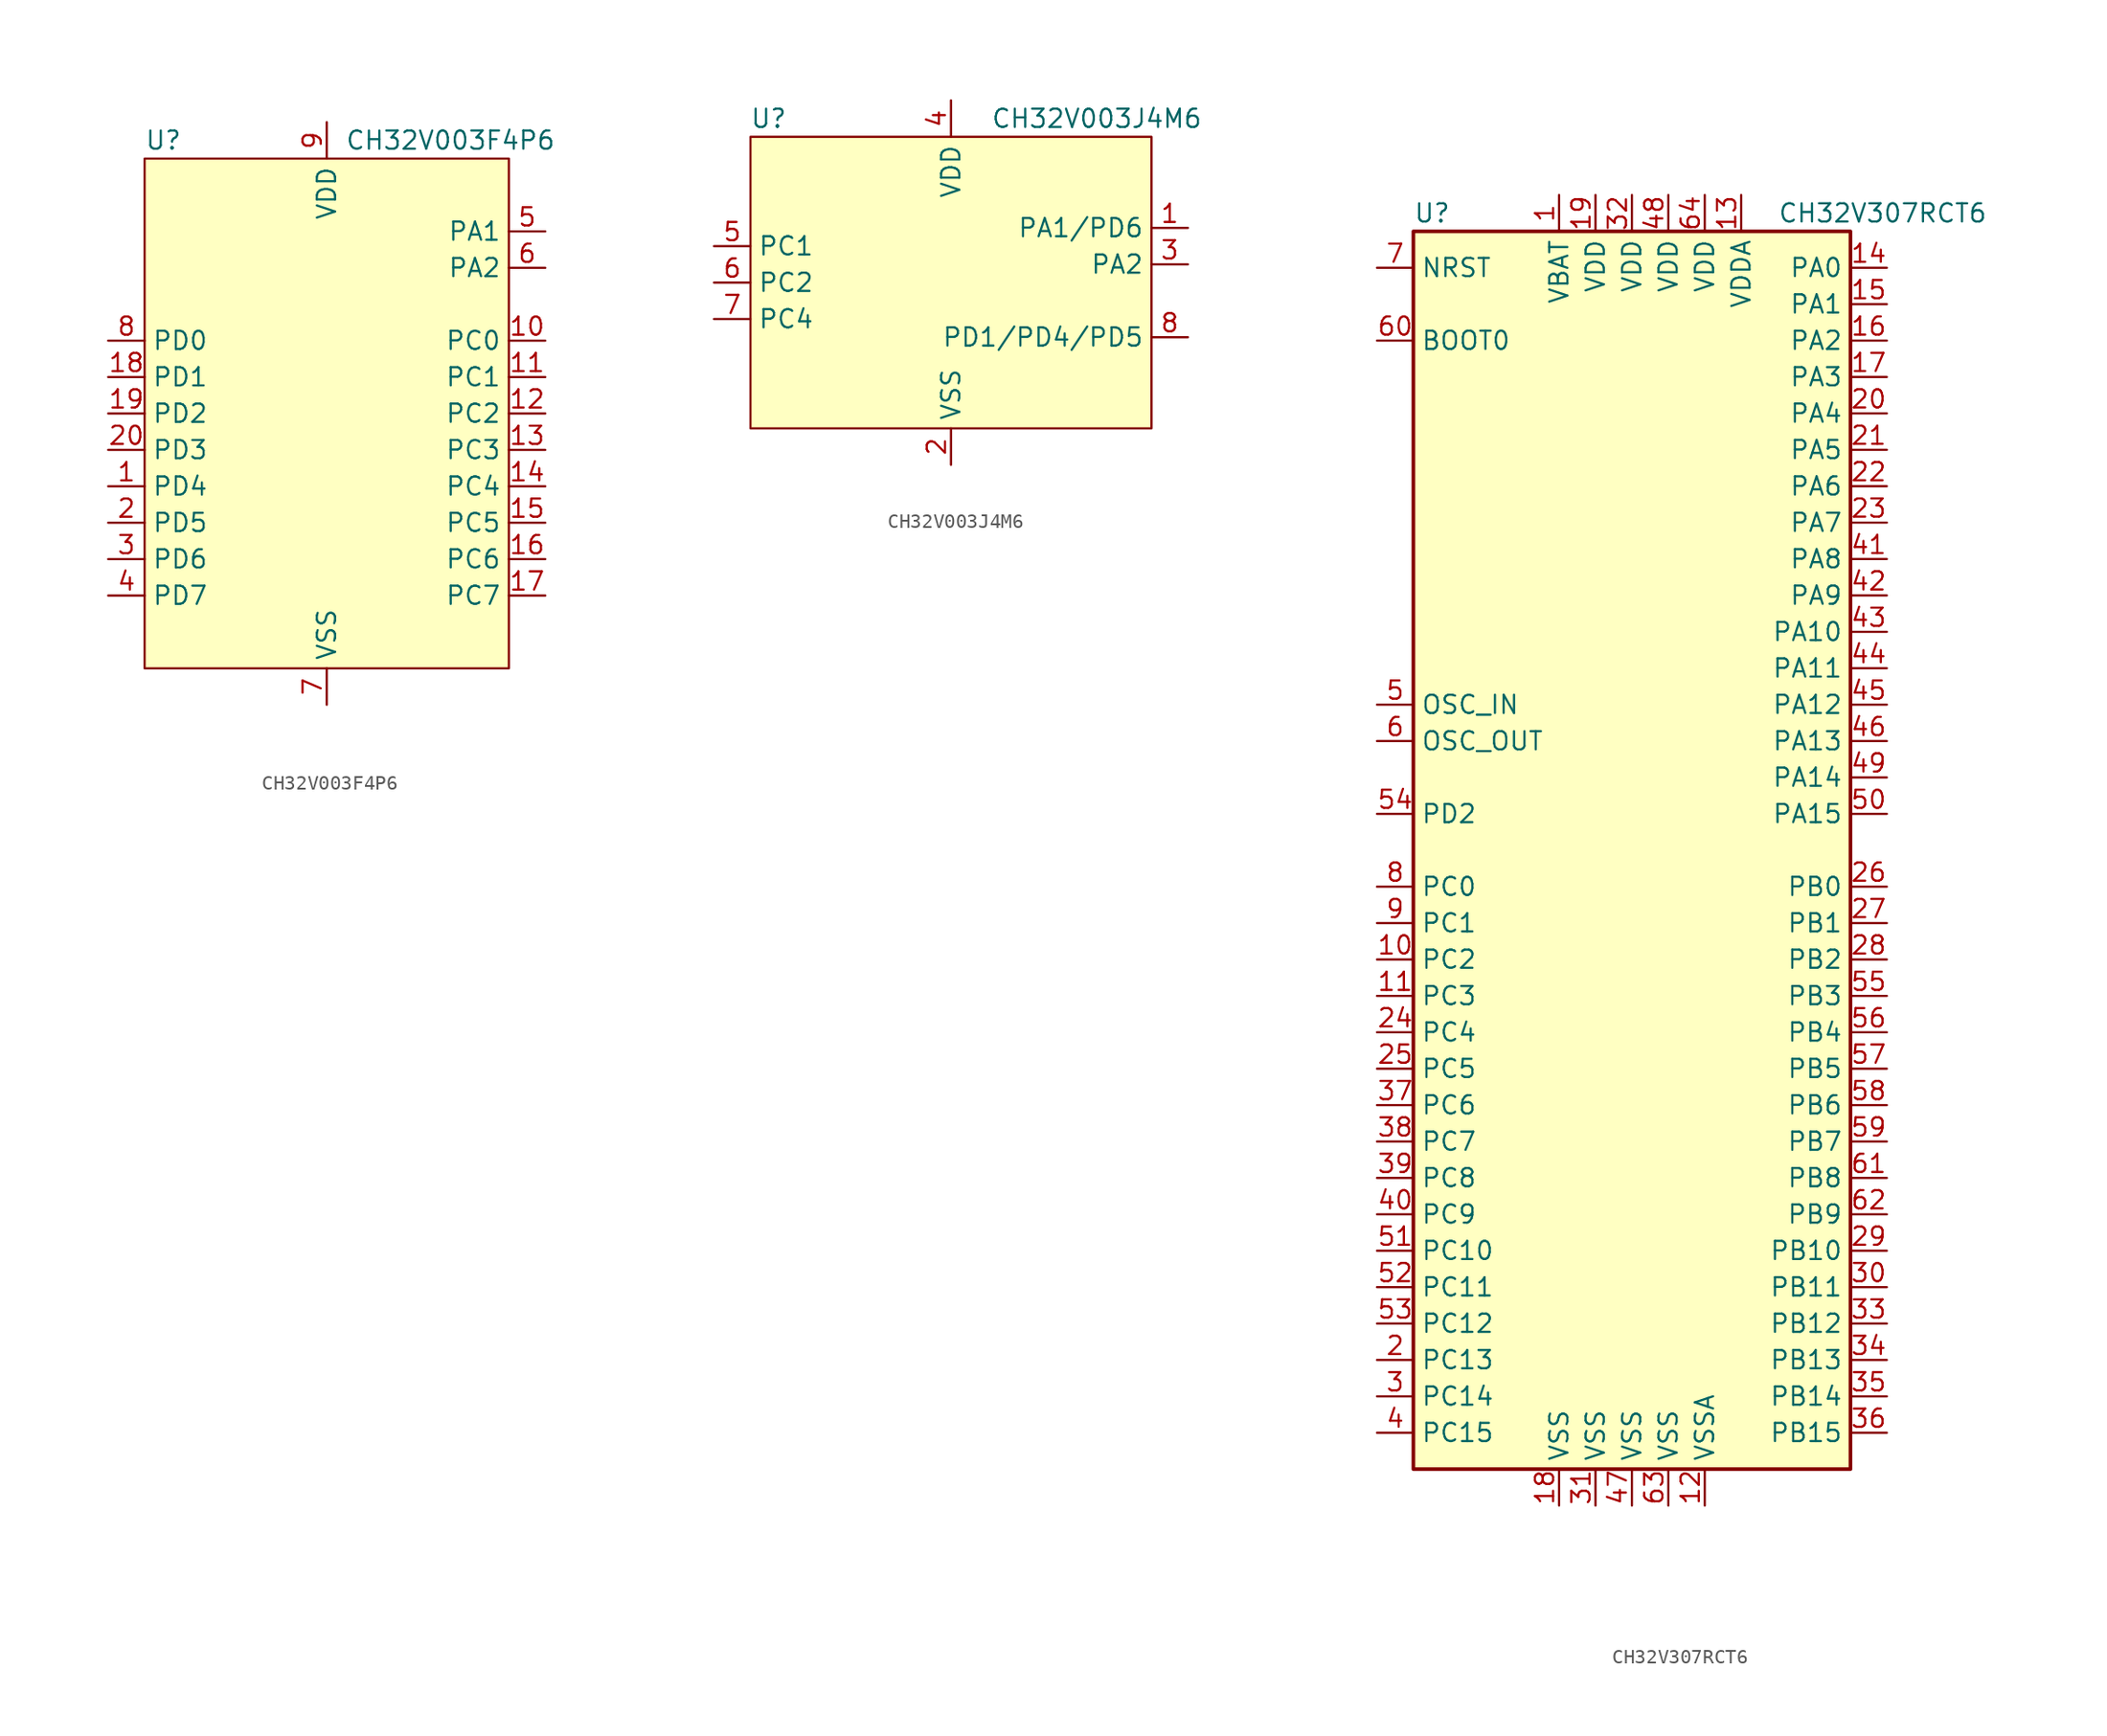
<source format=kicad_sym>
(kicad_symbol_lib
  (version 20241209)
  (generator "kicad_symbol_editor")
  (generator_version "9.0")
  (symbol "CH32V003F4P6"
    (property "Reference" "U"
      (at -12.7 19.05 0)
      (effects (font (size 1.27 1.27)) (justify left)))
    (property "Value" "CH32V003F4P6"
      (at 1.27 19.05 0)
      (effects (font (size 1.27 1.27)) (justify left)))
    (symbol "CH32V003F4P6_0_1"
      (rectangle (start -12.7 17.78) (end 12.7 -17.78) (stroke (width 0.152) (type default)) (fill (type background))))
    (symbol "CH32V003F4P6_1_0"
      (pin bidirectional line (at -15.24 2.54 0) (length 2.54) (name "PD1" (effects (font (size 1.27 1.27)))) (number "18" (effects (font (size 1.27 1.27)))))
      (pin bidirectional line (at -15.24 0 0) (length 2.54) (name "PD2" (effects (font (size 1.27 1.27)))) (number "19" (effects (font (size 1.27 1.27)))))
      (pin bidirectional line (at -15.24 -2.54 0) (length 2.54) (name "PD3" (effects (font (size 1.27 1.27)))) (number "20" (effects (font (size 1.27 1.27)))))
      (pin bidirectional line (at 15.24 -10.16 180) (length 2.54) (name "PC6" (effects (font (size 1.27 1.27)))) (number "16" (effects (font (size 1.27 1.27)))))
      (pin bidirectional line (at 15.24 -12.7 180) (length 2.54) (name "PC7" (effects (font (size 1.27 1.27)))) (number "17" (effects (font (size 1.27 1.27))))))
    (symbol "CH32V003F4P6_1_1"
      (pin bidirectional line (at -15.24 5.08 0) (length 2.54) (name "PD0" (effects (font (size 1.27 1.27)))) (number "8" (effects (font (size 1.27 1.27)))) (alternate "AIN6" input line) (alternate "MISO" input line) (alternate "RXD1" input line) (alternate "VBUS" input line))
      (pin bidirectional line (at -15.24 -5.08 0) (length 2.54) (name "PD4" (effects (font (size 1.27 1.27)))) (number "1" (effects (font (size 1.27 1.27)))) (alternate "AIN6" input line) (alternate "MISO" input line) (alternate "RXD1" input line) (alternate "VBUS" input line))
      (pin bidirectional line (at -15.24 -7.62 0) (length 2.54) (name "PD5" (effects (font (size 1.27 1.27)))) (number "2" (effects (font (size 1.27 1.27)))) (alternate "AIN6" input line) (alternate "MISO" input line) (alternate "RXD1" input line) (alternate "VBUS" input line))
      (pin bidirectional line (at -15.24 -10.16 0) (length 2.54) (name "PD6" (effects (font (size 1.27 1.27)))) (number "3" (effects (font (size 1.27 1.27)))) (alternate "AIN6" input line) (alternate "MISO" input line) (alternate "RXD1" input line) (alternate "VBUS" input line))
      (pin bidirectional line (at -15.24 -12.7 0) (length 2.54) (name "PD7" (effects (font (size 1.27 1.27)))) (number "4" (effects (font (size 1.27 1.27)))) (alternate "AIN6" input line) (alternate "MISO" input line) (alternate "RXD1" input line) (alternate "VBUS" input line))
      (pin power_in line (at 0 20.32 270) (length 2.54) (name "VDD" (effects (font (size 1.27 1.27)))) (number "9" (effects (font (size 1.27 1.27)))) (alternate "AIN6" input line) (alternate "MISO" input line) (alternate "RXD1" input line) (alternate "VBUS" input line))
      (pin power_in line (at 0 -20.32 90) (length 2.54) (name "VSS" (effects (font (size 1.27 1.27)))) (number "7" (effects (font (size 1.27 1.27)))) (alternate "AIN6" input line) (alternate "MISO" input line) (alternate "RXD1" input line) (alternate "VBUS" input line))
      (pin bidirectional line (at 15.24 12.7 180) (length 2.54) (name "PA1" (effects (font (size 1.27 1.27)))) (number "5" (effects (font (size 1.27 1.27)))) (alternate "AIN6" input line) (alternate "MISO" input line) (alternate "RXD1" input line) (alternate "VBUS" input line))
      (pin bidirectional line (at 15.24 10.16 180) (length 2.54) (name "PA2" (effects (font (size 1.27 1.27)))) (number "6" (effects (font (size 1.27 1.27)))) (alternate "AIN6" input line) (alternate "MISO" input line) (alternate "RXD1" input line) (alternate "VBUS" input line))
      (pin bidirectional line (at 15.24 5.08 180) (length 2.54) (name "PC0" (effects (font (size 1.27 1.27)))) (number "10" (effects (font (size 1.27 1.27)))) (alternate "AIN6" input line) (alternate "MISO" input line) (alternate "RXD1" input line) (alternate "VBUS" input line))
      (pin bidirectional line (at 15.24 2.54 180) (length 2.54) (name "PC1" (effects (font (size 1.27 1.27)))) (number "11" (effects (font (size 1.27 1.27)))) (alternate "AIN6" input line) (alternate "MISO" input line) (alternate "RXD1" input line) (alternate "VBUS" input line))
      (pin bidirectional line (at 15.24 0 180) (length 2.54) (name "PC2" (effects (font (size 1.27 1.27)))) (number "12" (effects (font (size 1.27 1.27)))) (alternate "AIN6" input line) (alternate "MISO" input line) (alternate "RXD1" input line) (alternate "VBUS" input line))
      (pin bidirectional line (at 15.24 -2.54 180) (length 2.54) (name "PC3" (effects (font (size 1.27 1.27)))) (number "13" (effects (font (size 1.27 1.27)))) (alternate "AIN6" input line) (alternate "MISO" input line) (alternate "RXD1" input line) (alternate "VBUS" input line))
      (pin bidirectional line (at 15.24 -5.08 180) (length 2.54) (name "PC4" (effects (font (size 1.27 1.27)))) (number "14" (effects (font (size 1.27 1.27)))))
      (pin bidirectional line (at 15.24 -7.62 180) (length 2.54) (name "PC5" (effects (font (size 1.27 1.27)))) (number "15" (effects (font (size 1.27 1.27)))))))
  (symbol "CH32V003J4M6"
    (property "Reference" "U"
      (at -12.7 11.43 0)
      (effects (font (size 1.27 1.27))))
    (property "Value" "CH32V003J4M6"
      (at 10.16 11.43 0)
      (effects (font (size 1.27 1.27))))
    (symbol "CH32V003J4M6_1_1"
      (rectangle (start -13.97 10.16) (end 13.97 -10.16) (stroke (width 0) (type default)) (fill (type background)))
      (pin bidirectional line (at -16.51 2.54 0) (length 2.54) (name "PC1" (effects (font (size 1.27 1.27)))) (number "5" (effects (font (size 1.27 1.27)))))
      (pin bidirectional line (at -16.51 0 0) (length 2.54) (name "PC2" (effects (font (size 1.27 1.27)))) (number "6" (effects (font (size 1.27 1.27)))))
      (pin bidirectional line (at -16.51 -2.54 0) (length 2.54) (name "PC4" (effects (font (size 1.27 1.27)))) (number "7" (effects (font (size 1.27 1.27)))))
      (pin power_in line (at 0 12.7 270) (length 2.54) (name "VDD" (effects (font (size 1.27 1.27)))) (number "4" (effects (font (size 1.27 1.27)))))
      (pin power_in line (at 0 -12.7 90) (length 2.54) (name "VSS" (effects (font (size 1.27 1.27)))) (number "2" (effects (font (size 1.27 1.27)))))
      (pin bidirectional line (at 16.51 3.81 180) (length 2.54) (name "PA1/PD6" (effects (font (size 1.27 1.27)))) (number "1" (effects (font (size 1.27 1.27)))))
      (pin bidirectional line (at 16.51 1.27 180) (length 2.54) (name "PA2" (effects (font (size 1.27 1.27)))) (number "3" (effects (font (size 1.27 1.27)))))
      (pin bidirectional line (at 16.51 -3.81 180) (length 2.54) (name "PD1/PD4/PD5" (effects (font (size 1.27 1.27)))) (number "8" (effects (font (size 1.27 1.27)))))))
  (symbol "CH32V307RCT6"
    (property "Reference" "U"
      (at 2.54 3.81 0)
      (effects (font (size 1.27 1.27)) (justify left)))
    (property "Value" "CH32V307RCT6"
      (at 27.94 3.81 0)
      (effects (font (size 1.27 1.27)) (justify left)))
    (symbol "CH32V307RCT6_0_1"
      (rectangle (start 2.54 -83.82) (end 33.02 2.54) (stroke (width 0.254) (type default)) (fill (type background))))
    (symbol "CH32V307RCT6_1_1"
      (pin input line (at 0 0 0) (length 2.54) (name "NRST" (effects (font (size 1.27 1.27)))) (number "7" (effects (font (size 1.27 1.27)))))
      (pin input line (at 0 -5.08 0) (length 2.54) (name "BOOT0" (effects (font (size 1.27 1.27)))) (number "60" (effects (font (size 1.27 1.27)))))
      (pin input line (at 0 -30.48 0) (length 2.54) (name "OSC_IN" (effects (font (size 1.27 1.27)))) (number "5" (effects (font (size 1.27 1.27)))))
      (pin output line (at 0 -33.02 0) (length 2.54) (name "OSC_OUT" (effects (font (size 1.27 1.27)))) (number "6" (effects (font (size 1.27 1.27)))))
      (pin bidirectional line (at 0 -38.1 0) (length 2.54) (name "PD2" (effects (font (size 1.27 1.27)))) (number "54" (effects (font (size 1.27 1.27)))))
      (pin bidirectional line (at 0 -43.18 0) (length 2.54) (name "PC0" (effects (font (size 1.27 1.27)))) (number "8" (effects (font (size 1.27 1.27)))))
      (pin bidirectional line (at 0 -45.72 0) (length 2.54) (name "PC1" (effects (font (size 1.27 1.27)))) (number "9" (effects (font (size 1.27 1.27)))))
      (pin bidirectional line (at 0 -48.26 0) (length 2.54) (name "PC2" (effects (font (size 1.27 1.27)))) (number "10" (effects (font (size 1.27 1.27)))))
      (pin bidirectional line (at 0 -50.8 0) (length 2.54) (name "PC3" (effects (font (size 1.27 1.27)))) (number "11" (effects (font (size 1.27 1.27)))))
      (pin bidirectional line (at 0 -53.34 0) (length 2.54) (name "PC4" (effects (font (size 1.27 1.27)))) (number "24" (effects (font (size 1.27 1.27)))))
      (pin bidirectional line (at 0 -55.88 0) (length 2.54) (name "PC5" (effects (font (size 1.27 1.27)))) (number "25" (effects (font (size 1.27 1.27)))))
      (pin bidirectional line (at 0 -58.42 0) (length 2.54) (name "PC6" (effects (font (size 1.27 1.27)))) (number "37" (effects (font (size 1.27 1.27)))))
      (pin bidirectional line (at 0 -60.96 0) (length 2.54) (name "PC7" (effects (font (size 1.27 1.27)))) (number "38" (effects (font (size 1.27 1.27)))))
      (pin bidirectional line (at 0 -63.5 0) (length 2.54) (name "PC8" (effects (font (size 1.27 1.27)))) (number "39" (effects (font (size 1.27 1.27)))))
      (pin bidirectional line (at 0 -66.04 0) (length 2.54) (name "PC9" (effects (font (size 1.27 1.27)))) (number "40" (effects (font (size 1.27 1.27)))))
      (pin bidirectional line (at 0 -68.58 0) (length 2.54) (name "PC10" (effects (font (size 1.27 1.27)))) (number "51" (effects (font (size 1.27 1.27)))))
      (pin bidirectional line (at 0 -71.12 0) (length 2.54) (name "PC11" (effects (font (size 1.27 1.27)))) (number "52" (effects (font (size 1.27 1.27)))))
      (pin bidirectional line (at 0 -73.66 0) (length 2.54) (name "PC12" (effects (font (size 1.27 1.27)))) (number "53" (effects (font (size 1.27 1.27)))))
      (pin bidirectional line (at 0 -76.2 0) (length 2.54) (name "PC13" (effects (font (size 1.27 1.27)))) (number "2" (effects (font (size 1.27 1.27)))))
      (pin bidirectional line (at 0 -78.74 0) (length 2.54) (name "PC14" (effects (font (size 1.27 1.27)))) (number "3" (effects (font (size 1.27 1.27)))))
      (pin bidirectional line (at 0 -81.28 0) (length 2.54) (name "PC15" (effects (font (size 1.27 1.27)))) (number "4" (effects (font (size 1.27 1.27)))))
      (pin power_in line (at 12.7 5.08 270) (length 2.54) (name "VBAT" (effects (font (size 1.27 1.27)))) (number "1" (effects (font (size 1.27 1.27)))))
      (pin power_in line (at 12.7 -86.36 90) (length 2.54) (name "VSS" (effects (font (size 1.27 1.27)))) (number "18" (effects (font (size 1.27 1.27)))))
      (pin power_in line (at 15.24 5.08 270) (length 2.54) (name "VDD" (effects (font (size 1.27 1.27)))) (number "19" (effects (font (size 1.27 1.27)))))
      (pin power_in line (at 15.24 -86.36 90) (length 2.54) (name "VSS" (effects (font (size 1.27 1.27)))) (number "31" (effects (font (size 1.27 1.27)))))
      (pin power_in line (at 17.78 5.08 270) (length 2.54) (name "VDD" (effects (font (size 1.27 1.27)))) (number "32" (effects (font (size 1.27 1.27)))))
      (pin power_in line (at 17.78 -86.36 90) (length 2.54) (name "VSS" (effects (font (size 1.27 1.27)))) (number "47" (effects (font (size 1.27 1.27)))))
      (pin power_in line (at 20.32 5.08 270) (length 2.54) (name "VDD" (effects (font (size 1.27 1.27)))) (number "48" (effects (font (size 1.27 1.27)))))
      (pin power_in line (at 20.32 -86.36 90) (length 2.54) (name "VSS" (effects (font (size 1.27 1.27)))) (number "63" (effects (font (size 1.27 1.27)))))
      (pin power_in line (at 22.86 5.08 270) (length 2.54) (name "VDD" (effects (font (size 1.27 1.27)))) (number "64" (effects (font (size 1.27 1.27)))))
      (pin power_in line (at 22.86 -86.36 90) (length 2.54) (name "VSSA" (effects (font (size 1.27 1.27)))) (number "12" (effects (font (size 1.27 1.27)))))
      (pin power_in line (at 25.4 5.08 270) (length 2.54) (name "VDDA" (effects (font (size 1.27 1.27)))) (number "13" (effects (font (size 1.27 1.27)))))
      (pin bidirectional line (at 35.56 0 180) (length 2.54) (name "PA0" (effects (font (size 1.27 1.27)))) (number "14" (effects (font (size 1.27 1.27)))))
      (pin bidirectional line (at 35.56 -2.54 180) (length 2.54) (name "PA1" (effects (font (size 1.27 1.27)))) (number "15" (effects (font (size 1.27 1.27)))))
      (pin bidirectional line (at 35.56 -5.08 180) (length 2.54) (name "PA2" (effects (font (size 1.27 1.27)))) (number "16" (effects (font (size 1.27 1.27)))))
      (pin bidirectional line (at 35.56 -7.62 180) (length 2.54) (name "PA3" (effects (font (size 1.27 1.27)))) (number "17" (effects (font (size 1.27 1.27)))))
      (pin bidirectional line (at 35.56 -10.16 180) (length 2.54) (name "PA4" (effects (font (size 1.27 1.27)))) (number "20" (effects (font (size 1.27 1.27)))))
      (pin bidirectional line (at 35.56 -12.7 180) (length 2.54) (name "PA5" (effects (font (size 1.27 1.27)))) (number "21" (effects (font (size 1.27 1.27)))))
      (pin bidirectional line (at 35.56 -15.24 180) (length 2.54) (name "PA6" (effects (font (size 1.27 1.27)))) (number "22" (effects (font (size 1.27 1.27)))))
      (pin bidirectional line (at 35.56 -17.78 180) (length 2.54) (name "PA7" (effects (font (size 1.27 1.27)))) (number "23" (effects (font (size 1.27 1.27)))))
      (pin bidirectional line (at 35.56 -20.32 180) (length 2.54) (name "PA8" (effects (font (size 1.27 1.27)))) (number "41" (effects (font (size 1.27 1.27)))))
      (pin bidirectional line (at 35.56 -22.86 180) (length 2.54) (name "PA9" (effects (font (size 1.27 1.27)))) (number "42" (effects (font (size 1.27 1.27)))))
      (pin bidirectional line (at 35.56 -25.4 180) (length 2.54) (name "PA10" (effects (font (size 1.27 1.27)))) (number "43" (effects (font (size 1.27 1.27)))))
      (pin bidirectional line (at 35.56 -27.94 180) (length 2.54) (name "PA11" (effects (font (size 1.27 1.27)))) (number "44" (effects (font (size 1.27 1.27)))))
      (pin bidirectional line (at 35.56 -30.48 180) (length 2.54) (name "PA12" (effects (font (size 1.27 1.27)))) (number "45" (effects (font (size 1.27 1.27)))))
      (pin bidirectional line (at 35.56 -33.02 180) (length 2.54) (name "PA13" (effects (font (size 1.27 1.27)))) (number "46" (effects (font (size 1.27 1.27)))))
      (pin bidirectional line (at 35.56 -35.56 180) (length 2.54) (name "PA14" (effects (font (size 1.27 1.27)))) (number "49" (effects (font (size 1.27 1.27)))))
      (pin bidirectional line (at 35.56 -38.1 180) (length 2.54) (name "PA15" (effects (font (size 1.27 1.27)))) (number "50" (effects (font (size 1.27 1.27)))))
      (pin bidirectional line (at 35.56 -43.18 180) (length 2.54) (name "PB0" (effects (font (size 1.27 1.27)))) (number "26" (effects (font (size 1.27 1.27)))))
      (pin bidirectional line (at 35.56 -45.72 180) (length 2.54) (name "PB1" (effects (font (size 1.27 1.27)))) (number "27" (effects (font (size 1.27 1.27)))))
      (pin bidirectional line (at 35.56 -48.26 180) (length 2.54) (name "PB2" (effects (font (size 1.27 1.27)))) (number "28" (effects (font (size 1.27 1.27)))))
      (pin bidirectional line (at 35.56 -50.8 180) (length 2.54) (name "PB3" (effects (font (size 1.27 1.27)))) (number "55" (effects (font (size 1.27 1.27)))))
      (pin bidirectional line (at 35.56 -53.34 180) (length 2.54) (name "PB4" (effects (font (size 1.27 1.27)))) (number "56" (effects (font (size 1.27 1.27)))))
      (pin bidirectional line (at 35.56 -55.88 180) (length 2.54) (name "PB5" (effects (font (size 1.27 1.27)))) (number "57" (effects (font (size 1.27 1.27)))))
      (pin bidirectional line (at 35.56 -58.42 180) (length 2.54) (name "PB6" (effects (font (size 1.27 1.27)))) (number "58" (effects (font (size 1.27 1.27)))))
      (pin bidirectional line (at 35.56 -60.96 180) (length 2.54) (name "PB7" (effects (font (size 1.27 1.27)))) (number "59" (effects (font (size 1.27 1.27)))))
      (pin bidirectional line (at 35.56 -63.5 180) (length 2.54) (name "PB8" (effects (font (size 1.27 1.27)))) (number "61" (effects (font (size 1.27 1.27)))))
      (pin bidirectional line (at 35.56 -66.04 180) (length 2.54) (name "PB9" (effects (font (size 1.27 1.27)))) (number "62" (effects (font (size 1.27 1.27)))))
      (pin bidirectional line (at 35.56 -68.58 180) (length 2.54) (name "PB10" (effects (font (size 1.27 1.27)))) (number "29" (effects (font (size 1.27 1.27)))))
      (pin bidirectional line (at 35.56 -71.12 180) (length 2.54) (name "PB11" (effects (font (size 1.27 1.27)))) (number "30" (effects (font (size 1.27 1.27)))))
      (pin bidirectional line (at 35.56 -73.66 180) (length 2.54) (name "PB12" (effects (font (size 1.27 1.27)))) (number "33" (effects (font (size 1.27 1.27)))))
      (pin bidirectional line (at 35.56 -76.2 180) (length 2.54) (name "PB13" (effects (font (size 1.27 1.27)))) (number "34" (effects (font (size 1.27 1.27)))))
      (pin bidirectional line (at 35.56 -78.74 180) (length 2.54) (name "PB14" (effects (font (size 1.27 1.27)))) (number "35" (effects (font (size 1.27 1.27)))))
      (pin bidirectional line (at 35.56 -81.28 180) (length 2.54) (name "PB15" (effects (font (size 1.27 1.27)))) (number "36" (effects (font (size 1.27 1.27))))))))
</source>
